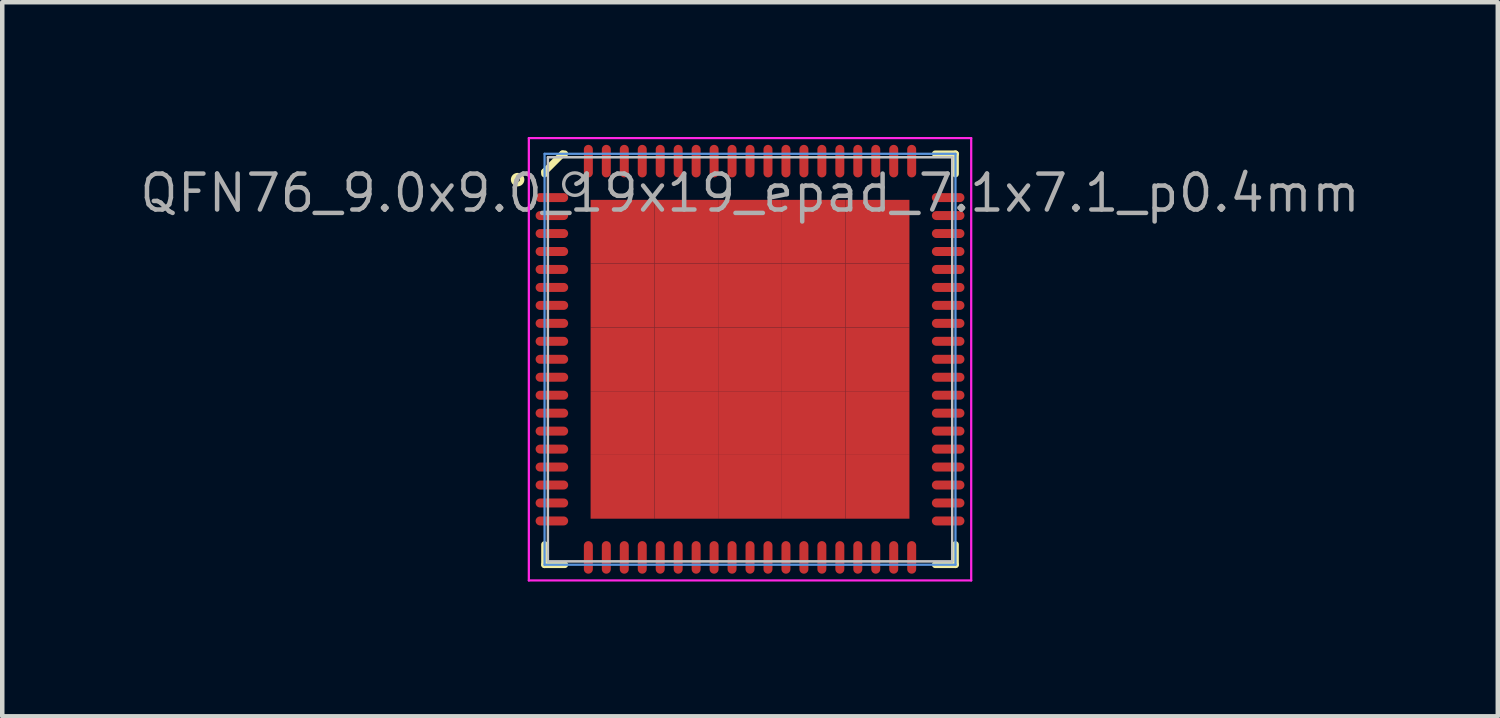
<source format=kicad_pcb>
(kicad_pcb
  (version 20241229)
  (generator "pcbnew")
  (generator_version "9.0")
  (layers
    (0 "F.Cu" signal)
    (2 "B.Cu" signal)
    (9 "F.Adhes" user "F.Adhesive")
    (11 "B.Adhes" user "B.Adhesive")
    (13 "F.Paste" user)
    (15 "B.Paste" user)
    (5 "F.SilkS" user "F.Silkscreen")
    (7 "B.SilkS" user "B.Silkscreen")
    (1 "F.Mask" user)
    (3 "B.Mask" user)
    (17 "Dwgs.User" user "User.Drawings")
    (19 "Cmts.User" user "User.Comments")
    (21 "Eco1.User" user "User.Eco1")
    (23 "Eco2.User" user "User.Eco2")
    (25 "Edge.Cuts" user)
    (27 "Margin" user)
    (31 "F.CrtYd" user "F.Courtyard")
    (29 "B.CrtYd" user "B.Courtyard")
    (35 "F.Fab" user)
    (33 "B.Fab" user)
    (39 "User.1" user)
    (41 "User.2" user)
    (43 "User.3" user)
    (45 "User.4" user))
  (footprint "QFN76_9.0x9.0_19x19_epad_7.1x7.1_p0.4mm"
    (layer "F.Cu")
    (at 13.651 4.95)
    (property "Reference" "QFN76_9.0x9.0_19x19_epad_7.1x7.1_p0.4mm" (at 0 -3.7 0) (layer "F.Fab") (effects (font (size 0.8 0.8) (thickness 0.1))))
    (attr through_hole)
    (fp_line (start -4.575 -4.175) (end -4.575 -4.125) (stroke (width 0.15) (type solid)) (layer "F.SilkS"))
    (fp_line (start -4.575 -4.175) (end -4.175 -4.575) (stroke (width 0.15) (type solid)) (layer "F.SilkS"))
    (fp_line (start -4.575 4.575) (end -4.575 4.125) (stroke (width 0.15) (type solid)) (layer "F.SilkS"))
    (fp_line (start -4.575 4.575) (end -4.125 4.575) (stroke (width 0.15) (type solid)) (layer "F.SilkS"))
    (fp_line (start -4.125 -4.575) (end -4.175 -4.575) (stroke (width 0.15) (type solid)) (layer "F.SilkS"))
    (fp_line (start 4.575 -4.575) (end 4.125 -4.575) (stroke (width 0.15) (type solid)) (layer "F.SilkS"))
    (fp_line (start 4.575 -4.575) (end 4.575 -4.125) (stroke (width 0.15) (type solid)) (layer "F.SilkS"))
    (fp_line (start 4.575 4.575) (end 4.125 4.575) (stroke (width 0.15) (type solid)) (layer "F.SilkS"))
    (fp_line (start 4.575 4.575) (end 4.575 4.125) (stroke (width 0.15) (type solid)) (layer "F.SilkS"))
    (fp_circle (center -5.175 -4) (end -5.104 -3.929) (stroke (width 0.1) (type solid)) (fill no) (layer "F.SilkS"))
    (fp_line (start -4.5 -4.5) (end -4.5 4.5) (stroke (width 0.05) (type solid)) (layer "Dwgs.User"))
    (fp_line (start -4.5 -4.5) (end 4.5 -4.5) (stroke (width 0.05) (type solid)) (layer "Dwgs.User"))
    (fp_line (start -4.5 4.5) (end 4.5 4.5) (stroke (width 0.05) (type solid)) (layer "Dwgs.User"))
    (fp_line (start 4.5 -4.5) (end 4.5 4.5) (stroke (width 0.05) (type solid)) (layer "Dwgs.User"))
    (fp_line (start -4.575 -4.575) (end -4.575 4.575) (stroke (width 0.05) (type solid)) (layer "Cmts.User"))
    (fp_line (start -4.575 -4.575) (end 4.575 -4.575) (stroke (width 0.05) (type solid)) (layer "Cmts.User"))
    (fp_line (start -4.575 4.575) (end 4.575 4.575) (stroke (width 0.05) (type solid)) (layer "Cmts.User"))
    (fp_line (start 4.575 -4.575) (end 4.575 4.575) (stroke (width 0.05) (type solid)) (layer "Cmts.User"))
    (fp_line (start -4.425 -4.425) (end -4.425 4.425) (stroke (width 0.05) (type solid)) (layer "Eco1.User"))
    (fp_line (start -4.425 -4.425) (end 4.425 -4.425) (stroke (width 0.05) (type solid)) (layer "Eco1.User"))
    (fp_line (start -4.425 4.425) (end 4.425 4.425) (stroke (width 0.05) (type solid)) (layer "Eco1.User"))
    (fp_line (start 4.425 -4.425) (end 4.425 4.425) (stroke (width 0.05) (type solid)) (layer "Eco1.User"))
    (fp_line (start -4.925 -4.925) (end -4.925 4.925) (stroke (width 0.05) (type solid)) (layer "F.CrtYd"))
    (fp_line (start -4.925 -4.925) (end 4.925 -4.925) (stroke (width 0.05) (type solid)) (layer "F.CrtYd"))
    (fp_line (start -4.925 4.925) (end 4.925 4.925) (stroke (width 0.05) (type solid)) (layer "F.CrtYd"))
    (fp_line (start 4.925 -4.925) (end 4.925 4.925) (stroke (width 0.05) (type solid)) (layer "F.CrtYd"))
    (fp_line (start -4.5 -4.5) (end -4.5 4.5) (stroke (width 0.05) (type solid)) (layer "F.Fab"))
    (fp_line (start -4.5 -4.5) (end 4.5 -4.5) (stroke (width 0.05) (type solid)) (layer "F.Fab"))
    (fp_line (start -4.5 4.5) (end 4.5 4.5) (stroke (width 0.05) (type solid)) (layer "F.Fab"))
    (fp_line (start 4.5 -4.5) (end 4.5 4.5) (stroke (width 0.05) (type solid)) (layer "F.Fab"))
    (fp_circle (center -3.9 -3.9) (end -3.723 -3.723) (stroke (width 0.075) (type solid)) (fill no) (layer "F.Fab"))
    (pad "1" smd oval (at -4.412 -3.6 180) (size 0.725 0.2) (layers "F.Cu" "F.Mask" "F.Paste"))
    (pad "2" smd oval (at -4.412 -3.2 180) (size 0.725 0.2) (layers "F.Cu" "F.Mask" "F.Paste"))
    (pad "3" smd oval (at -4.412 -2.8 180) (size 0.725 0.2) (layers "F.Cu" "F.Mask" "F.Paste"))
    (pad "4" smd oval (at -4.412 -2.4 180) (size 0.725 0.2) (layers "F.Cu" "F.Mask" "F.Paste"))
    (pad "5" smd oval (at -4.412 -2 180) (size 0.725 0.2) (layers "F.Cu" "F.Mask" "F.Paste"))
    (pad "6" smd oval (at -4.412 -1.6 180) (size 0.725 0.2) (layers "F.Cu" "F.Mask" "F.Paste"))
    (pad "7" smd oval (at -4.412 -1.2 180) (size 0.725 0.2) (layers "F.Cu" "F.Mask" "F.Paste"))
    (pad "8" smd oval (at -4.412 -0.8 180) (size 0.725 0.2) (layers "F.Cu" "F.Mask" "F.Paste"))
    (pad "9" smd oval (at -4.412 -0.4 180) (size 0.725 0.2) (layers "F.Cu" "F.Mask" "F.Paste"))
    (pad "10" smd oval (at -4.412 0 180) (size 0.725 0.2) (layers "F.Cu" "F.Mask" "F.Paste"))
    (pad "11" smd oval (at -4.412 0.4 180) (size 0.725 0.2) (layers "F.Cu" "F.Mask" "F.Paste"))
    (pad "12" smd oval (at -4.412 0.8 180) (size 0.725 0.2) (layers "F.Cu" "F.Mask" "F.Paste"))
    (pad "13" smd oval (at -4.412 1.2 180) (size 0.725 0.2) (layers "F.Cu" "F.Mask" "F.Paste"))
    (pad "14" smd oval (at -4.412 1.6 180) (size 0.725 0.2) (layers "F.Cu" "F.Mask" "F.Paste"))
    (pad "15" smd oval (at -4.412 2 180) (size 0.725 0.2) (layers "F.Cu" "F.Mask" "F.Paste"))
    (pad "16" smd oval (at -4.412 2.4 180) (size 0.725 0.2) (layers "F.Cu" "F.Mask" "F.Paste"))
    (pad "17" smd oval (at -4.412 2.8 180) (size 0.725 0.2) (layers "F.Cu" "F.Mask" "F.Paste"))
    (pad "18" smd oval (at -4.412 3.2 180) (size 0.725 0.2) (layers "F.Cu" "F.Mask" "F.Paste"))
    (pad "19" smd oval (at -4.412 3.6 180) (size 0.725 0.2) (layers "F.Cu" "F.Mask" "F.Paste"))
    (pad "20" smd oval (at -3.6 4.412 270) (size 0.725 0.2) (layers "F.Cu" "F.Mask" "F.Paste"))
    (pad "21" smd oval (at -3.2 4.412 270) (size 0.725 0.2) (layers "F.Cu" "F.Mask" "F.Paste"))
    (pad "22" smd oval (at -2.8 4.412 270) (size 0.725 0.2) (layers "F.Cu" "F.Mask" "F.Paste"))
    (pad "23" smd oval (at -2.4 4.412 270) (size 0.725 0.2) (layers "F.Cu" "F.Mask" "F.Paste"))
    (pad "24" smd oval (at -2 4.412 270) (size 0.725 0.2) (layers "F.Cu" "F.Mask" "F.Paste"))
    (pad "25" smd oval (at -1.6 4.412 270) (size 0.725 0.2) (layers "F.Cu" "F.Mask" "F.Paste"))
    (pad "26" smd oval (at -1.2 4.412 270) (size 0.725 0.2) (layers "F.Cu" "F.Mask" "F.Paste"))
    (pad "27" smd oval (at -0.8 4.412 270) (size 0.725 0.2) (layers "F.Cu" "F.Mask" "F.Paste"))
    (pad "28" smd oval (at -0.4 4.412 270) (size 0.725 0.2) (layers "F.Cu" "F.Mask" "F.Paste"))
    (pad "29" smd oval (at 0 4.412 270) (size 0.725 0.2) (layers "F.Cu" "F.Mask" "F.Paste"))
    (pad "30" smd oval (at 0.4 4.412 270) (size 0.725 0.2) (layers "F.Cu" "F.Mask" "F.Paste"))
    (pad "31" smd oval (at 0.8 4.412 270) (size 0.725 0.2) (layers "F.Cu" "F.Mask" "F.Paste"))
    (pad "32" smd oval (at 1.2 4.412 270) (size 0.725 0.2) (layers "F.Cu" "F.Mask" "F.Paste"))
    (pad "33" smd oval (at 1.6 4.412 270) (size 0.725 0.2) (layers "F.Cu" "F.Mask" "F.Paste"))
    (pad "34" smd oval (at 2 4.412 270) (size 0.725 0.2) (layers "F.Cu" "F.Mask" "F.Paste"))
    (pad "35" smd oval (at 2.4 4.412 270) (size 0.725 0.2) (layers "F.Cu" "F.Mask" "F.Paste"))
    (pad "36" smd oval (at 2.8 4.412 270) (size 0.725 0.2) (layers "F.Cu" "F.Mask" "F.Paste"))
    (pad "37" smd oval (at 3.2 4.412 270) (size 0.725 0.2) (layers "F.Cu" "F.Mask" "F.Paste"))
    (pad "38" smd oval (at 3.6 4.412 270) (size 0.725 0.2) (layers "F.Cu" "F.Mask" "F.Paste"))
    (pad "39" smd oval (at 4.412 3.6) (size 0.725 0.2) (layers "F.Cu" "F.Mask" "F.Paste"))
    (pad "40" smd oval (at 4.412 3.2) (size 0.725 0.2) (layers "F.Cu" "F.Mask" "F.Paste"))
    (pad "41" smd oval (at 4.412 2.8) (size 0.725 0.2) (layers "F.Cu" "F.Mask" "F.Paste"))
    (pad "42" smd oval (at 4.412 2.4) (size 0.725 0.2) (layers "F.Cu" "F.Mask" "F.Paste"))
    (pad "43" smd oval (at 4.412 2) (size 0.725 0.2) (layers "F.Cu" "F.Mask" "F.Paste"))
    (pad "44" smd oval (at 4.412 1.6) (size 0.725 0.2) (layers "F.Cu" "F.Mask" "F.Paste"))
    (pad "45" smd oval (at 4.412 1.2) (size 0.725 0.2) (layers "F.Cu" "F.Mask" "F.Paste"))
    (pad "46" smd oval (at 4.412 0.8) (size 0.725 0.2) (layers "F.Cu" "F.Mask" "F.Paste"))
    (pad "47" smd oval (at 4.412 0.4) (size 0.725 0.2) (layers "F.Cu" "F.Mask" "F.Paste"))
    (pad "48" smd oval (at 4.412 0) (size 0.725 0.2) (layers "F.Cu" "F.Mask" "F.Paste"))
    (pad "49" smd oval (at 4.412 -0.4) (size 0.725 0.2) (layers "F.Cu" "F.Mask" "F.Paste"))
    (pad "50" smd oval (at 4.412 -0.8) (size 0.725 0.2) (layers "F.Cu" "F.Mask" "F.Paste"))
    (pad "51" smd oval (at 4.412 -1.2) (size 0.725 0.2) (layers "F.Cu" "F.Mask" "F.Paste"))
    (pad "52" smd oval (at 4.412 -1.6) (size 0.725 0.2) (layers "F.Cu" "F.Mask" "F.Paste"))
    (pad "53" smd oval (at 4.412 -2) (size 0.725 0.2) (layers "F.Cu" "F.Mask" "F.Paste"))
    (pad "54" smd oval (at 4.412 -2.4) (size 0.725 0.2) (layers "F.Cu" "F.Mask" "F.Paste"))
    (pad "55" smd oval (at 4.412 -2.8) (size 0.725 0.2) (layers "F.Cu" "F.Mask" "F.Paste"))
    (pad "56" smd oval (at 4.412 -3.2) (size 0.725 0.2) (layers "F.Cu" "F.Mask" "F.Paste"))
    (pad "57" smd oval (at 4.412 -3.6) (size 0.725 0.2) (layers "F.Cu" "F.Mask" "F.Paste"))
    (pad "58" smd oval (at 3.6 -4.412 90) (size 0.725 0.2) (layers "F.Cu" "F.Mask" "F.Paste"))
    (pad "59" smd oval (at 3.2 -4.412 90) (size 0.725 0.2) (layers "F.Cu" "F.Mask" "F.Paste"))
    (pad "60" smd oval (at 2.8 -4.412 90) (size 0.725 0.2) (layers "F.Cu" "F.Mask" "F.Paste"))
    (pad "61" smd oval (at 2.4 -4.412 90) (size 0.725 0.2) (layers "F.Cu" "F.Mask" "F.Paste"))
    (pad "62" smd oval (at 2 -4.412 90) (size 0.725 0.2) (layers "F.Cu" "F.Mask" "F.Paste"))
    (pad "63" smd oval (at 1.6 -4.412 90) (size 0.725 0.2) (layers "F.Cu" "F.Mask" "F.Paste"))
    (pad "64" smd oval (at 1.2 -4.412 90) (size 0.725 0.2) (layers "F.Cu" "F.Mask" "F.Paste"))
    (pad "65" smd oval (at 0.8 -4.412 90) (size 0.725 0.2) (layers "F.Cu" "F.Mask" "F.Paste"))
    (pad "66" smd oval (at 0.4 -4.412 90) (size 0.725 0.2) (layers "F.Cu" "F.Mask" "F.Paste"))
    (pad "67" smd oval (at 0 -4.412 90) (size 0.725 0.2) (layers "F.Cu" "F.Mask" "F.Paste"))
    (pad "68" smd oval (at -0.4 -4.412 90) (size 0.725 0.2) (layers "F.Cu" "F.Mask" "F.Paste"))
    (pad "69" smd oval (at -0.8 -4.412 90) (size 0.725 0.2) (layers "F.Cu" "F.Mask" "F.Paste"))
    (pad "70" smd oval (at -1.2 -4.412 90) (size 0.725 0.2) (layers "F.Cu" "F.Mask" "F.Paste"))
    (pad "71" smd oval (at -1.6 -4.412 90) (size 0.725 0.2) (layers "F.Cu" "F.Mask" "F.Paste"))
    (pad "72" smd oval (at -2 -4.412 90) (size 0.725 0.2) (layers "F.Cu" "F.Mask" "F.Paste"))
    (pad "73" smd oval (at -2.4 -4.412 90) (size 0.725 0.2) (layers "F.Cu" "F.Mask" "F.Paste"))
    (pad "74" smd oval (at -2.8 -4.412 90) (size 0.725 0.2) (layers "F.Cu" "F.Mask" "F.Paste"))
    (pad "75" smd oval (at -3.2 -4.412 90) (size 0.725 0.2) (layers "F.Cu" "F.Mask" "F.Paste"))
    (pad "76" smd oval (at -3.6 -4.412 90) (size 0.725 0.2) (layers "F.Cu" "F.Mask" "F.Paste"))
    (pad "77" smd rect (at -2.84 -2.84) (size 1.42 1.42) (layers "F.Cu" "F.Mask" "F.Paste"))
    (pad "77" smd rect (at -2.84 -1.42) (size 1.42 1.42) (layers "F.Cu" "F.Mask" "F.Paste"))
    (pad "77" smd rect (at -2.84 0) (size 1.42 1.42) (layers "F.Cu" "F.Mask" "F.Paste"))
    (pad "77" smd rect (at -2.84 1.42) (size 1.42 1.42) (layers "F.Cu" "F.Mask" "F.Paste"))
    (pad "77" smd rect (at -2.84 2.84) (size 1.42 1.42) (layers "F.Cu" "F.Mask" "F.Paste"))
    (pad "77" smd rect (at -1.42 -2.84) (size 1.42 1.42) (layers "F.Cu" "F.Mask" "F.Paste"))
    (pad "77" smd rect (at -1.42 -1.42) (size 1.42 1.42) (layers "F.Cu" "F.Mask" "F.Paste"))
    (pad "77" smd rect (at -1.42 0) (size 1.42 1.42) (layers "F.Cu" "F.Mask" "F.Paste"))
    (pad "77" smd rect (at -1.42 1.42) (size 1.42 1.42) (layers "F.Cu" "F.Mask" "F.Paste"))
    (pad "77" smd rect (at -1.42 2.84) (size 1.42 1.42) (layers "F.Cu" "F.Mask" "F.Paste"))
    (pad "77" smd rect (at 0 -2.84) (size 1.42 1.42) (layers "F.Cu" "F.Mask" "F.Paste"))
    (pad "77" smd rect (at 0 -1.42) (size 1.42 1.42) (layers "F.Cu" "F.Mask" "F.Paste"))
    (pad "77" smd rect (at 0 0) (size 1.42 1.42) (layers "F.Cu" "F.Mask" "F.Paste"))
    (pad "77" smd rect (at 0 1.42) (size 1.42 1.42) (layers "F.Cu" "F.Mask" "F.Paste"))
    (pad "77" smd rect (at 0 2.84) (size 1.42 1.42) (layers "F.Cu" "F.Mask" "F.Paste"))
    (pad "77" smd rect (at 1.42 -2.84) (size 1.42 1.42) (layers "F.Cu" "F.Mask" "F.Paste"))
    (pad "77" smd rect (at 1.42 -1.42) (size 1.42 1.42) (layers "F.Cu" "F.Mask" "F.Paste"))
    (pad "77" smd rect (at 1.42 0) (size 1.42 1.42) (layers "F.Cu" "F.Mask" "F.Paste"))
    (pad "77" smd rect (at 1.42 1.42) (size 1.42 1.42) (layers "F.Cu" "F.Mask" "F.Paste"))
    (pad "77" smd rect (at 1.42 2.84) (size 1.42 1.42) (layers "F.Cu" "F.Mask" "F.Paste"))
    (pad "77" smd rect (at 2.84 -2.84) (size 1.42 1.42) (layers "F.Cu" "F.Mask" "F.Paste"))
    (pad "77" smd rect (at 2.84 -1.42) (size 1.42 1.42) (layers "F.Cu" "F.Mask" "F.Paste"))
    (pad "77" smd rect (at 2.84 0) (size 1.42 1.42) (layers "F.Cu" "F.Mask" "F.Paste"))
    (pad "77" smd rect (at 2.84 1.42) (size 1.42 1.42) (layers "F.Cu" "F.Mask" "F.Paste"))
    (pad "77" smd rect (at 2.84 2.84) (size 1.42 1.42) (layers "F.Cu" "F.Mask" "F.Paste")))
  (gr_rect
    (start -3 -3)
    (end 30.302 12.9)
    (stroke (width 0.1) (type default))
    (fill no)
    (layer "Edge.Cuts")))
</source>
